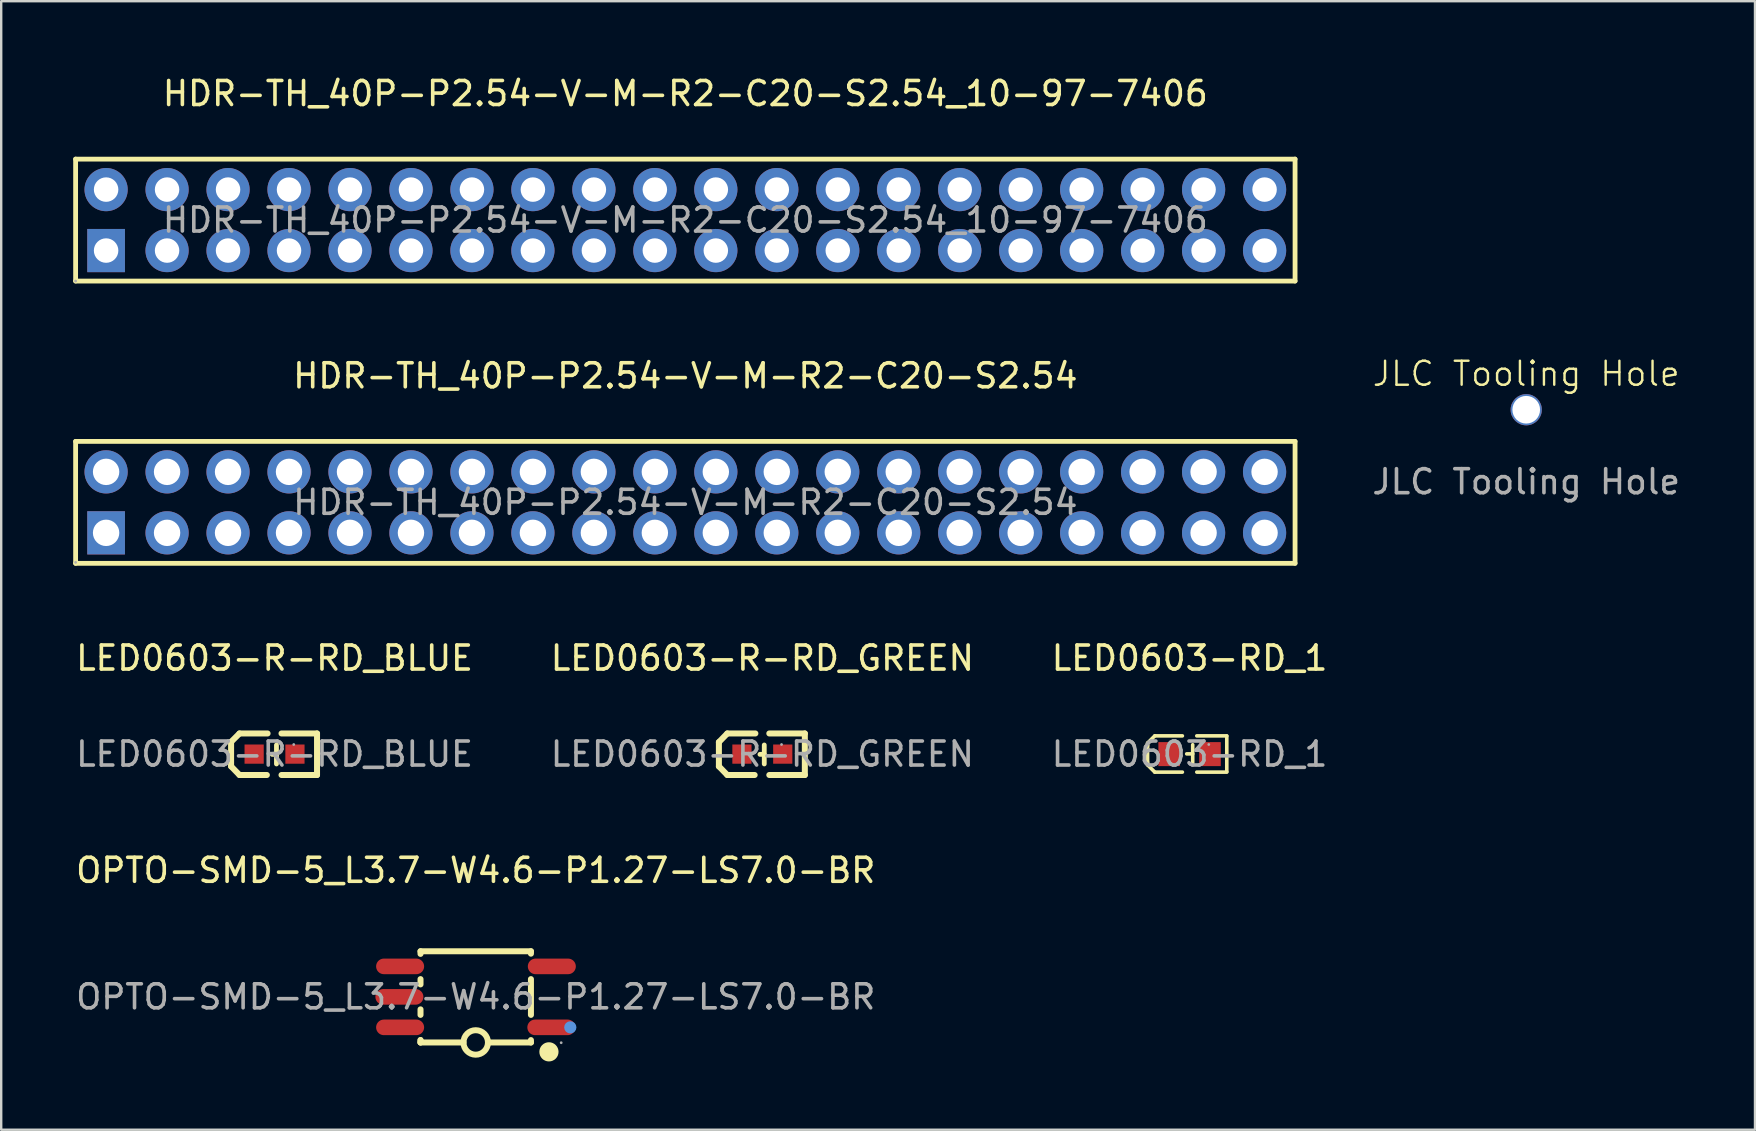
<source format=kicad_pcb>
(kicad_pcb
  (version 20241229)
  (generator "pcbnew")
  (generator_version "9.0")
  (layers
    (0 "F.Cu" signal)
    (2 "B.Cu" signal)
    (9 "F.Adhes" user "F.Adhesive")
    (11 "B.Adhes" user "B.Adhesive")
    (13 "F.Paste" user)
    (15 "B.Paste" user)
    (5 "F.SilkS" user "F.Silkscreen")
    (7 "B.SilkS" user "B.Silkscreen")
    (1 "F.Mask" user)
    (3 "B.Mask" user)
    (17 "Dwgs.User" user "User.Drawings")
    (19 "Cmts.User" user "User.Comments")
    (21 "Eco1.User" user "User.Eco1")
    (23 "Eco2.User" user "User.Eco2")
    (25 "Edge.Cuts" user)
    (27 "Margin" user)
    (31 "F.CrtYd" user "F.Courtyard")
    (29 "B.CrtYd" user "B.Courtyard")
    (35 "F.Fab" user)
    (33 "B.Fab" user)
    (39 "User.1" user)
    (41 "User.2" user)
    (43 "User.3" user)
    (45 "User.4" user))
  (footprint "LED0603-R-RD_BLUE"
    (layer "F.Cu")
    (at 8.387 28.365)
    (property "Reference" "LED0603-R-RD_BLUE" (at 0 -4 0) (layer "F.SilkS") (effects (font (size 1 1) (thickness 0.15))))
    (attr smd)
    (fp_line (start -1.81 -0.51) (end -1.46 -0.86) (stroke (width 0.25) (type solid)) (layer "F.SilkS"))
    (fp_line (start -1.81 0.51) (end -1.81 -0.51) (stroke (width 0.25) (type solid)) (layer "F.SilkS"))
    (fp_line (start -1.46 0.87) (end -1.81 0.51) (stroke (width 0.25) (type solid)) (layer "F.SilkS"))
    (fp_line (start -0.32 0.87) (end -1.46 0.87) (stroke (width 0.25) (type solid)) (layer "F.SilkS"))
    (fp_line (start -0.29 -0.86) (end -1.46 -0.86) (stroke (width 0.25) (type solid)) (layer "F.SilkS"))
    (fp_line (start 0.08 0.01) (end -0.1 0.01) (stroke (width 0.2) (type solid)) (layer "F.SilkS"))
    (fp_line (start 0.08 0.41) (end 0.08 -0.38) (stroke (width 0.2) (type solid)) (layer "F.SilkS"))
    (fp_line (start 1.77 -0.86) (end 0.29 -0.86) (stroke (width 0.25) (type solid)) (layer "F.SilkS"))
    (fp_line (start 1.77 0.87) (end 0.29 0.87) (stroke (width 0.25) (type solid)) (layer "F.SilkS"))
    (fp_line (start 1.77 0.87) (end 1.77 -0.86) (stroke (width 0.25) (type solid)) (layer "F.SilkS"))
    (fp_circle (center 0.8 -0.4) (end 0.83 -0.4) (stroke (width 0.06) (type solid)) (fill no) (layer "F.Fab"))
    (fp_text user "${REFERENCE}" (at 0 0 0) (layer "F.Fab") (effects (font (size 1 1) (thickness 0.15))))
    (pad "1" smd rect (at 0.85 0 90) (size 0.8 0.8) (layers "F.Cu" "F.Mask" "F.Paste"))
    (pad "2" smd rect (at -0.85 0 90) (size 0.8 0.8) (layers "F.Cu" "F.Mask" "F.Paste")))
  (footprint "LED0603-R-RD_GREEN"
    (layer "F.Cu")
    (at 28.708 28.365)
    (property "Reference" "LED0603-R-RD_GREEN" (at 0 -4 0) (layer "F.SilkS") (effects (font (size 1 1) (thickness 0.15))))
    (attr smd)
    (fp_line (start -1.81 -0.5) (end -1.46 -0.86) (stroke (width 0.25) (type solid)) (layer "F.SilkS"))
    (fp_line (start -1.81 0.51) (end -1.81 -0.5) (stroke (width 0.25) (type solid)) (layer "F.SilkS"))
    (fp_line (start -1.46 0.87) (end -1.81 0.51) (stroke (width 0.25) (type solid)) (layer "F.SilkS"))
    (fp_line (start -0.32 0.87) (end -1.46 0.87) (stroke (width 0.25) (type solid)) (layer "F.SilkS"))
    (fp_line (start -0.29 -0.86) (end -1.46 -0.86) (stroke (width 0.25) (type solid)) (layer "F.SilkS"))
    (fp_line (start 0.08 0.01) (end -0.1 0.01) (stroke (width 0.2) (type solid)) (layer "F.SilkS"))
    (fp_line (start 0.08 0.41) (end 0.08 -0.38) (stroke (width 0.2) (type solid)) (layer "F.SilkS"))
    (fp_line (start 1.77 -0.86) (end 0.29 -0.86) (stroke (width 0.25) (type solid)) (layer "F.SilkS"))
    (fp_line (start 1.77 0.87) (end 0.29 0.87) (stroke (width 0.25) (type solid)) (layer "F.SilkS"))
    (fp_line (start 1.77 0.87) (end 1.77 -0.86) (stroke (width 0.25) (type solid)) (layer "F.SilkS"))
    (fp_circle (center 0.8 -0.4) (end 0.83 -0.4) (stroke (width 0.06) (type solid)) (fill no) (layer "F.Fab"))
    (fp_text user "${REFERENCE}" (at 0 0 0) (layer "F.Fab") (effects (font (size 1 1) (thickness 0.15))))
    (pad "1" smd rect (at 0.85 0 90) (size 0.8 0.8) (layers "F.Cu" "F.Mask" "F.Paste"))
    (pad "2" smd rect (at -0.85 0 90) (size 0.8 0.8) (layers "F.Cu" "F.Mask" "F.Paste")))
  (footprint "JLC Tooling Hole"
    (layer "F.Cu")
    (at 60.53 14.019)
    (property "Reference" "JLC Tooling Hole" (at 0 -1.5 0) (unlocked yes) (layer "F.SilkS") (effects (font (size 1 1) (thickness 0.1))))
    (attr through_hole)
    (fp_text user "${REFERENCE}" (at 0 3 0) (unlocked yes) (layer "F.Fab") (effects (font (size 1 1) (thickness 0.15))))
    (pad "" np_thru_hole circle (at 0 0) (size 1.3 1.3) (drill 1.152) (layers "*.Cu" "*.Mask")))
  (footprint "LED0603-RD_1"
    (layer "F.Cu")
    (at 46.506 28.365)
    (property "Reference" "LED0603-RD_1" (at 0 -4 0) (layer "F.SilkS") (effects (font (size 1 1) (thickness 0.15))))
    (attr smd)
    (fp_line (start -1.75 -0.46) (end -1.45 -0.76) (stroke (width 0.15) (type solid)) (layer "F.SilkS"))
    (fp_line (start -1.75 -0.35) (end -1.75 -0.46) (stroke (width 0.15) (type solid)) (layer "F.SilkS"))
    (fp_line (start -1.75 -0.35) (end -1.75 0.34) (stroke (width 0.15) (type solid)) (layer "F.SilkS"))
    (fp_line (start -1.75 0.34) (end -1.75 0.45) (stroke (width 0.15) (type solid)) (layer "F.SilkS"))
    (fp_line (start -1.75 0.45) (end -1.45 0.75) (stroke (width 0.15) (type solid)) (layer "F.SilkS"))
    (fp_line (start -0.3 -0.76) (end -1.45 -0.76) (stroke (width 0.15) (type solid)) (layer "F.SilkS"))
    (fp_line (start -0.3 0.75) (end -1.45 0.75) (stroke (width 0.15) (type solid)) (layer "F.SilkS"))
    (fp_line (start 0.13 -0.01) (end -0.12 -0.01) (stroke (width 0.15) (type solid)) (layer "F.SilkS"))
    (fp_line (start 0.13 0.38) (end 0.13 -0.39) (stroke (width 0.15) (type solid)) (layer "F.SilkS"))
    (fp_line (start 0.3 -0.76) (end 1.55 -0.76) (stroke (width 0.15) (type solid)) (layer "F.SilkS"))
    (fp_line (start 0.3 0.75) (end 1.55 0.75) (stroke (width 0.15) (type solid)) (layer "F.SilkS"))
    (fp_line (start 1.55 -0.75) (end 1.55 0.73) (stroke (width 0.15) (type solid)) (layer "F.SilkS"))
    (fp_circle (center 0.8 -0.4) (end 0.83 -0.4) (stroke (width 0.06) (type solid)) (fill no) (layer "F.Fab"))
    (fp_text user "${REFERENCE}" (at 0 0 0) (layer "F.Fab") (effects (font (size 1 1) (thickness 0.15))))
    (pad "1" smd rect (at -0.85 0 90) (size 1 0.9) (layers "F.Cu" "F.Mask" "F.Paste"))
    (pad "2" smd rect (at 0.85 0 90) (size 1 0.9) (layers "F.Cu" "F.Mask" "F.Paste")))
  (footprint "HDR-TH_40P-P2.54-V-M-R2-C20-S2.54"
    (layer "F.Cu")
    (at 25.5 17.877)
    (property "Reference" "HDR-TH_40P-P2.54-V-M-R2-C20-S2.54" (at 0 -5.27 0) (layer "F.SilkS") (effects (font (size 1 1) (thickness 0.15))))
    (attr through_hole)
    (fp_line (start -25.4 -2.54) (end -25.4 2.54) (stroke (width 0.2) (type solid)) (layer "F.SilkS"))
    (fp_line (start -25.4 2.54) (end 25.4 2.54) (stroke (width 0.2) (type solid)) (layer "F.SilkS"))
    (fp_line (start 25.4 -2.54) (end -25.4 -2.54) (stroke (width 0.2) (type solid)) (layer "F.SilkS"))
    (fp_line (start 25.4 2.54) (end 25.4 -2.54) (stroke (width 0.2) (type solid)) (layer "F.SilkS"))
    (fp_circle (center -25.4 2.5) (end -25.37 2.5) (stroke (width 0.06) (type solid)) (fill no) (layer "F.Fab"))
    (fp_text user "${REFERENCE}" (at 0 0 0) (layer "F.Fab") (effects (font (size 1 1) (thickness 0.15))))
    (pad "1" thru_hole rect (at -24.13 1.27) (size 1.57 1.8) (drill 1.1) (layers "*.Cu" "*.Mask"))
    (pad "2" thru_hole circle (at -24.13 -1.27) (size 1.8 1.8) (drill 1.1) (layers "*.Cu" "*.Mask"))
    (pad "3" thru_hole circle (at -21.59 1.27) (size 1.8 1.8) (drill 1.1) (layers "*.Cu" "*.Mask"))
    (pad "4" thru_hole circle (at -21.59 -1.27) (size 1.8 1.8) (drill 1.1) (layers "*.Cu" "*.Mask"))
    (pad "5" thru_hole circle (at -19.05 1.27) (size 1.8 1.8) (drill 1.1) (layers "*.Cu" "*.Mask"))
    (pad "6" thru_hole circle (at -19.05 -1.27) (size 1.8 1.8) (drill 1.1) (layers "*.Cu" "*.Mask"))
    (pad "7" thru_hole circle (at -16.51 1.27) (size 1.8 1.8) (drill 1.1) (layers "*.Cu" "*.Mask"))
    (pad "8" thru_hole circle (at -16.51 -1.27) (size 1.8 1.8) (drill 1.1) (layers "*.Cu" "*.Mask"))
    (pad "9" thru_hole circle (at -13.97 1.27) (size 1.8 1.8) (drill 1.1) (layers "*.Cu" "*.Mask"))
    (pad "10" thru_hole circle (at -13.97 -1.27) (size 1.8 1.8) (drill 1.1) (layers "*.Cu" "*.Mask"))
    (pad "11" thru_hole circle (at -11.43 1.27) (size 1.8 1.8) (drill 1.1) (layers "*.Cu" "*.Mask"))
    (pad "12" thru_hole circle (at -11.43 -1.27) (size 1.8 1.8) (drill 1.1) (layers "*.Cu" "*.Mask"))
    (pad "13" thru_hole circle (at -8.89 1.27) (size 1.8 1.8) (drill 1.1) (layers "*.Cu" "*.Mask"))
    (pad "14" thru_hole circle (at -8.89 -1.27) (size 1.8 1.8) (drill 1.1) (layers "*.Cu" "*.Mask"))
    (pad "15" thru_hole circle (at -6.35 1.27) (size 1.8 1.8) (drill 1.1) (layers "*.Cu" "*.Mask"))
    (pad "16" thru_hole circle (at -6.35 -1.27) (size 1.8 1.8) (drill 1.1) (layers "*.Cu" "*.Mask"))
    (pad "17" thru_hole circle (at -3.81 1.27) (size 1.8 1.8) (drill 1.1) (layers "*.Cu" "*.Mask"))
    (pad "18" thru_hole circle (at -3.81 -1.27) (size 1.8 1.8) (drill 1.1) (layers "*.Cu" "*.Mask"))
    (pad "19" thru_hole circle (at -1.27 1.27) (size 1.8 1.8) (drill 1.1) (layers "*.Cu" "*.Mask"))
    (pad "20" thru_hole circle (at -1.27 -1.27) (size 1.8 1.8) (drill 1.1) (layers "*.Cu" "*.Mask"))
    (pad "21" thru_hole circle (at 1.27 1.27) (size 1.8 1.8) (drill 1.1) (layers "*.Cu" "*.Mask"))
    (pad "22" thru_hole circle (at 1.27 -1.27) (size 1.8 1.8) (drill 1.1) (layers "*.Cu" "*.Mask"))
    (pad "23" thru_hole circle (at 3.81 1.27) (size 1.8 1.8) (drill 1.1) (layers "*.Cu" "*.Mask"))
    (pad "24" thru_hole circle (at 3.81 -1.27) (size 1.8 1.8) (drill 1.1) (layers "*.Cu" "*.Mask"))
    (pad "25" thru_hole circle (at 6.35 1.27) (size 1.8 1.8) (drill 1.1) (layers "*.Cu" "*.Mask"))
    (pad "26" thru_hole circle (at 6.35 -1.27) (size 1.8 1.8) (drill 1.1) (layers "*.Cu" "*.Mask"))
    (pad "27" thru_hole circle (at 8.89 1.27) (size 1.8 1.8) (drill 1.1) (layers "*.Cu" "*.Mask"))
    (pad "28" thru_hole circle (at 8.89 -1.27) (size 1.8 1.8) (drill 1.1) (layers "*.Cu" "*.Mask"))
    (pad "29" thru_hole circle (at 11.43 1.27) (size 1.8 1.8) (drill 1.1) (layers "*.Cu" "*.Mask"))
    (pad "30" thru_hole circle (at 11.43 -1.27) (size 1.8 1.8) (drill 1.1) (layers "*.Cu" "*.Mask"))
    (pad "31" thru_hole circle (at 13.97 1.27) (size 1.8 1.8) (drill 1.1) (layers "*.Cu" "*.Mask"))
    (pad "32" thru_hole circle (at 13.97 -1.27) (size 1.8 1.8) (drill 1.1) (layers "*.Cu" "*.Mask"))
    (pad "33" thru_hole circle (at 16.51 1.27) (size 1.8 1.8) (drill 1.1) (layers "*.Cu" "*.Mask"))
    (pad "34" thru_hole circle (at 16.51 -1.27) (size 1.8 1.8) (drill 1.1) (layers "*.Cu" "*.Mask"))
    (pad "35" thru_hole circle (at 19.05 1.27) (size 1.8 1.8) (drill 1.1) (layers "*.Cu" "*.Mask"))
    (pad "36" thru_hole circle (at 19.05 -1.27) (size 1.8 1.8) (drill 1.1) (layers "*.Cu" "*.Mask"))
    (pad "37" thru_hole circle (at 21.59 1.27) (size 1.8 1.8) (drill 1.1) (layers "*.Cu" "*.Mask"))
    (pad "38" thru_hole circle (at 21.59 -1.27) (size 1.8 1.8) (drill 1.1) (layers "*.Cu" "*.Mask"))
    (pad "39" thru_hole circle (at 24.13 1.27) (size 1.8 1.8) (drill 1.1) (layers "*.Cu" "*.Mask"))
    (pad "40" thru_hole circle (at 24.13 -1.27) (size 1.8 1.8) (drill 1.1) (layers "*.Cu" "*.Mask")))
  (footprint "HDR-TH_40P-P2.54-V-M-R2-C20-S2.54_10-97-7406"
    (layer "F.Cu")
    (at 25.5 6.118)
    (property "Reference" "HDR-TH_40P-P2.54-V-M-R2-C20-S2.54_10-97-7406" (at 0 -5.27 0) (layer "F.SilkS") (effects (font (size 1 1) (thickness 0.15))))
    (attr through_hole)
    (fp_line (start -25.4 -2.54) (end -25.4 2.54) (stroke (width 0.2) (type solid)) (layer "F.SilkS"))
    (fp_line (start -25.4 2.54) (end 25.4 2.54) (stroke (width 0.2) (type solid)) (layer "F.SilkS"))
    (fp_line (start 25.4 -2.54) (end -25.4 -2.54) (stroke (width 0.2) (type solid)) (layer "F.SilkS"))
    (fp_line (start 25.4 2.54) (end 25.4 -2.54) (stroke (width 0.2) (type solid)) (layer "F.SilkS"))
    (fp_circle (center -25.4 2.54) (end -25.37 2.54) (stroke (width 0.06) (type solid)) (fill no) (layer "F.Fab"))
    (fp_text user "${REFERENCE}" (at 0 0 0) (layer "F.Fab") (effects (font (size 1 1) (thickness 0.15))))
    (pad "1" thru_hole rect (at -24.13 1.27) (size 1.57 1.8) (drill 1.02) (layers "*.Cu" "*.Mask"))
    (pad "2" thru_hole circle (at -24.13 -1.27) (size 1.8 1.8) (drill 1.02) (layers "*.Cu" "*.Mask"))
    (pad "3" thru_hole circle (at -21.59 1.27) (size 1.8 1.8) (drill 1.02) (layers "*.Cu" "*.Mask"))
    (pad "4" thru_hole circle (at -21.59 -1.27) (size 1.8 1.8) (drill 1.02) (layers "*.Cu" "*.Mask"))
    (pad "5" thru_hole circle (at -19.05 1.27) (size 1.8 1.8) (drill 1.02) (layers "*.Cu" "*.Mask"))
    (pad "6" thru_hole circle (at -19.05 -1.27) (size 1.8 1.8) (drill 1.02) (layers "*.Cu" "*.Mask"))
    (pad "7" thru_hole circle (at -16.51 1.27) (size 1.8 1.8) (drill 1.02) (layers "*.Cu" "*.Mask"))
    (pad "8" thru_hole circle (at -16.51 -1.27) (size 1.8 1.8) (drill 1.02) (layers "*.Cu" "*.Mask"))
    (pad "9" thru_hole circle (at -13.97 1.27) (size 1.8 1.8) (drill 1.02) (layers "*.Cu" "*.Mask"))
    (pad "10" thru_hole circle (at -13.97 -1.27) (size 1.8 1.8) (drill 1.02) (layers "*.Cu" "*.Mask"))
    (pad "11" thru_hole circle (at -11.43 1.27) (size 1.8 1.8) (drill 1.02) (layers "*.Cu" "*.Mask"))
    (pad "12" thru_hole circle (at -11.43 -1.27) (size 1.8 1.8) (drill 1.02) (layers "*.Cu" "*.Mask"))
    (pad "13" thru_hole circle (at -8.89 1.27) (size 1.8 1.8) (drill 1.02) (layers "*.Cu" "*.Mask"))
    (pad "14" thru_hole circle (at -8.89 -1.27) (size 1.8 1.8) (drill 1.02) (layers "*.Cu" "*.Mask"))
    (pad "15" thru_hole circle (at -6.35 1.27) (size 1.8 1.8) (drill 1.02) (layers "*.Cu" "*.Mask"))
    (pad "16" thru_hole circle (at -6.35 -1.27) (size 1.8 1.8) (drill 1.02) (layers "*.Cu" "*.Mask"))
    (pad "17" thru_hole circle (at -3.81 1.27) (size 1.8 1.8) (drill 1.02) (layers "*.Cu" "*.Mask"))
    (pad "18" thru_hole circle (at -3.81 -1.27) (size 1.8 1.8) (drill 1.02) (layers "*.Cu" "*.Mask"))
    (pad "19" thru_hole circle (at -1.27 1.27) (size 1.8 1.8) (drill 1.02) (layers "*.Cu" "*.Mask"))
    (pad "20" thru_hole circle (at -1.27 -1.27) (size 1.8 1.8) (drill 1.02) (layers "*.Cu" "*.Mask"))
    (pad "21" thru_hole circle (at 1.27 1.27) (size 1.8 1.8) (drill 1.02) (layers "*.Cu" "*.Mask"))
    (pad "22" thru_hole circle (at 1.27 -1.27) (size 1.8 1.8) (drill 1.02) (layers "*.Cu" "*.Mask"))
    (pad "23" thru_hole circle (at 3.81 1.27) (size 1.8 1.8) (drill 1.02) (layers "*.Cu" "*.Mask"))
    (pad "24" thru_hole circle (at 3.81 -1.27) (size 1.8 1.8) (drill 1.02) (layers "*.Cu" "*.Mask"))
    (pad "25" thru_hole circle (at 6.35 1.27) (size 1.8 1.8) (drill 1.02) (layers "*.Cu" "*.Mask"))
    (pad "26" thru_hole circle (at 6.35 -1.27) (size 1.8 1.8) (drill 1.02) (layers "*.Cu" "*.Mask"))
    (pad "27" thru_hole circle (at 8.89 1.27) (size 1.8 1.8) (drill 1.02) (layers "*.Cu" "*.Mask"))
    (pad "28" thru_hole circle (at 8.89 -1.27) (size 1.8 1.8) (drill 1.02) (layers "*.Cu" "*.Mask"))
    (pad "29" thru_hole circle (at 11.43 1.27) (size 1.8 1.8) (drill 1.02) (layers "*.Cu" "*.Mask"))
    (pad "30" thru_hole circle (at 11.43 -1.27) (size 1.8 1.8) (drill 1.02) (layers "*.Cu" "*.Mask"))
    (pad "31" thru_hole circle (at 13.97 1.27) (size 1.8 1.8) (drill 1.02) (layers "*.Cu" "*.Mask"))
    (pad "32" thru_hole circle (at 13.97 -1.27) (size 1.8 1.8) (drill 1.02) (layers "*.Cu" "*.Mask"))
    (pad "33" thru_hole circle (at 16.51 1.27) (size 1.8 1.8) (drill 1.02) (layers "*.Cu" "*.Mask"))
    (pad "34" thru_hole circle (at 16.51 -1.27) (size 1.8 1.8) (drill 1.02) (layers "*.Cu" "*.Mask"))
    (pad "35" thru_hole circle (at 19.05 1.27) (size 1.8 1.8) (drill 1.02) (layers "*.Cu" "*.Mask"))
    (pad "36" thru_hole circle (at 19.05 -1.27) (size 1.8 1.8) (drill 1.02) (layers "*.Cu" "*.Mask"))
    (pad "37" thru_hole circle (at 21.59 1.27) (size 1.8 1.8) (drill 1.02) (layers "*.Cu" "*.Mask"))
    (pad "38" thru_hole circle (at 21.59 -1.27) (size 1.8 1.8) (drill 1.02) (layers "*.Cu" "*.Mask"))
    (pad "39" thru_hole circle (at 24.13 1.27) (size 1.8 1.8) (drill 1.02) (layers "*.Cu" "*.Mask"))
    (pad "40" thru_hole circle (at 24.13 -1.27) (size 1.8 1.8) (drill 1.02) (layers "*.Cu" "*.Mask")))
  (footprint "OPTO-SMD-5_L3.7-W4.6-P1.27-LS7.0-BR"
    (layer "F.Cu")
    (at 16.768 38.478)
    (property "Reference" "OPTO-SMD-5_L3.7-W4.6-P1.27-LS7.0-BR" (at 0 -5.27 0) (layer "F.SilkS") (effects (font (size 1 1) (thickness 0.15))))
    (attr smd)
    (fp_line (start -2.3 -1.9) (end 2.3 -1.9) (stroke (width 0.25) (type solid)) (layer "F.SilkS"))
    (fp_line (start -2.3 -1.79) (end -2.3 -1.9) (stroke (width 0.25) (type solid)) (layer "F.SilkS"))
    (fp_line (start -2.3 -0.74) (end -2.3 -0.52) (stroke (width 0.25) (type solid)) (layer "F.SilkS"))
    (fp_line (start -2.3 0.52) (end -2.3 0.75) (stroke (width 0.25) (type solid)) (layer "F.SilkS"))
    (fp_line (start -2.3 1.8) (end -2.3 1.9) (stroke (width 0.25) (type solid)) (layer "F.SilkS"))
    (fp_line (start -2.3 1.9) (end -2.3 1.8) (stroke (width 0.25) (type solid)) (layer "F.SilkS"))
    (fp_line (start -2.3 1.9) (end -0.51 1.9) (stroke (width 0.25) (type solid)) (layer "F.SilkS"))
    (fp_line (start 2.3 -1.8) (end 2.3 -1.9) (stroke (width 0.25) (type solid)) (layer "F.SilkS"))
    (fp_line (start 2.3 0.75) (end 2.3 -0.74) (stroke (width 0.25) (type solid)) (layer "F.SilkS"))
    (fp_line (start 2.3 1.9) (end 0.51 1.9) (stroke (width 0.25) (type solid)) (layer "F.SilkS"))
    (fp_line (start 2.3 1.9) (end 2.3 1.8) (stroke (width 0.25) (type solid)) (layer "F.SilkS"))
    (fp_arc (start 0.509922 1.908901) (mid -0.50998 1.895549) (end 0.51 1.9) (stroke (width 0.25) (type solid)) (layer "F.SilkS"))
    (fp_arc (start 3.05 2.29) (mid 3.05 2.29) (end 3.05 2.29) (stroke (width 0.4) (type solid)) (layer "F.SilkS"))
    (fp_circle (center 3.94 1.27) (end 4.07 1.27) (stroke (width 0.25) (type solid)) (fill no) (layer "Cmts.User"))
    (fp_circle (center 3.56 1.91) (end 3.59 1.91) (stroke (width 0.06) (type solid)) (fill no) (layer "F.Fab"))
    (fp_text user "${REFERENCE}" (at 0 0 0) (layer "F.Fab") (effects (font (size 1 1) (thickness 0.15))))
    (pad "1" smd oval (at 3.15 1.27 270) (size 0.65 2) (layers "F.Cu" "F.Mask" "F.Paste"))
    (pad "3" smd oval (at 3.17 -1.27 270) (size 0.65 2) (layers "F.Cu" "F.Mask" "F.Paste"))
    (pad "4" smd oval (at -3.15 -1.27 270) (size 0.65 2) (layers "F.Cu" "F.Mask" "F.Paste"))
    (pad "5" smd oval (at -3.18 0 270) (size 0.65 2) (layers "F.Cu" "F.Mask" "F.Paste"))
    (pad "6" smd oval (at -3.15 1.27 270) (size 0.65 2) (layers "F.Cu" "F.Mask" "F.Paste")))
  (gr_rect
    (start -3 -3)
    (end 70.06 44.013)
    (stroke (width 0.1) (type default))
    (fill no)
    (layer "Edge.Cuts")))
</source>
